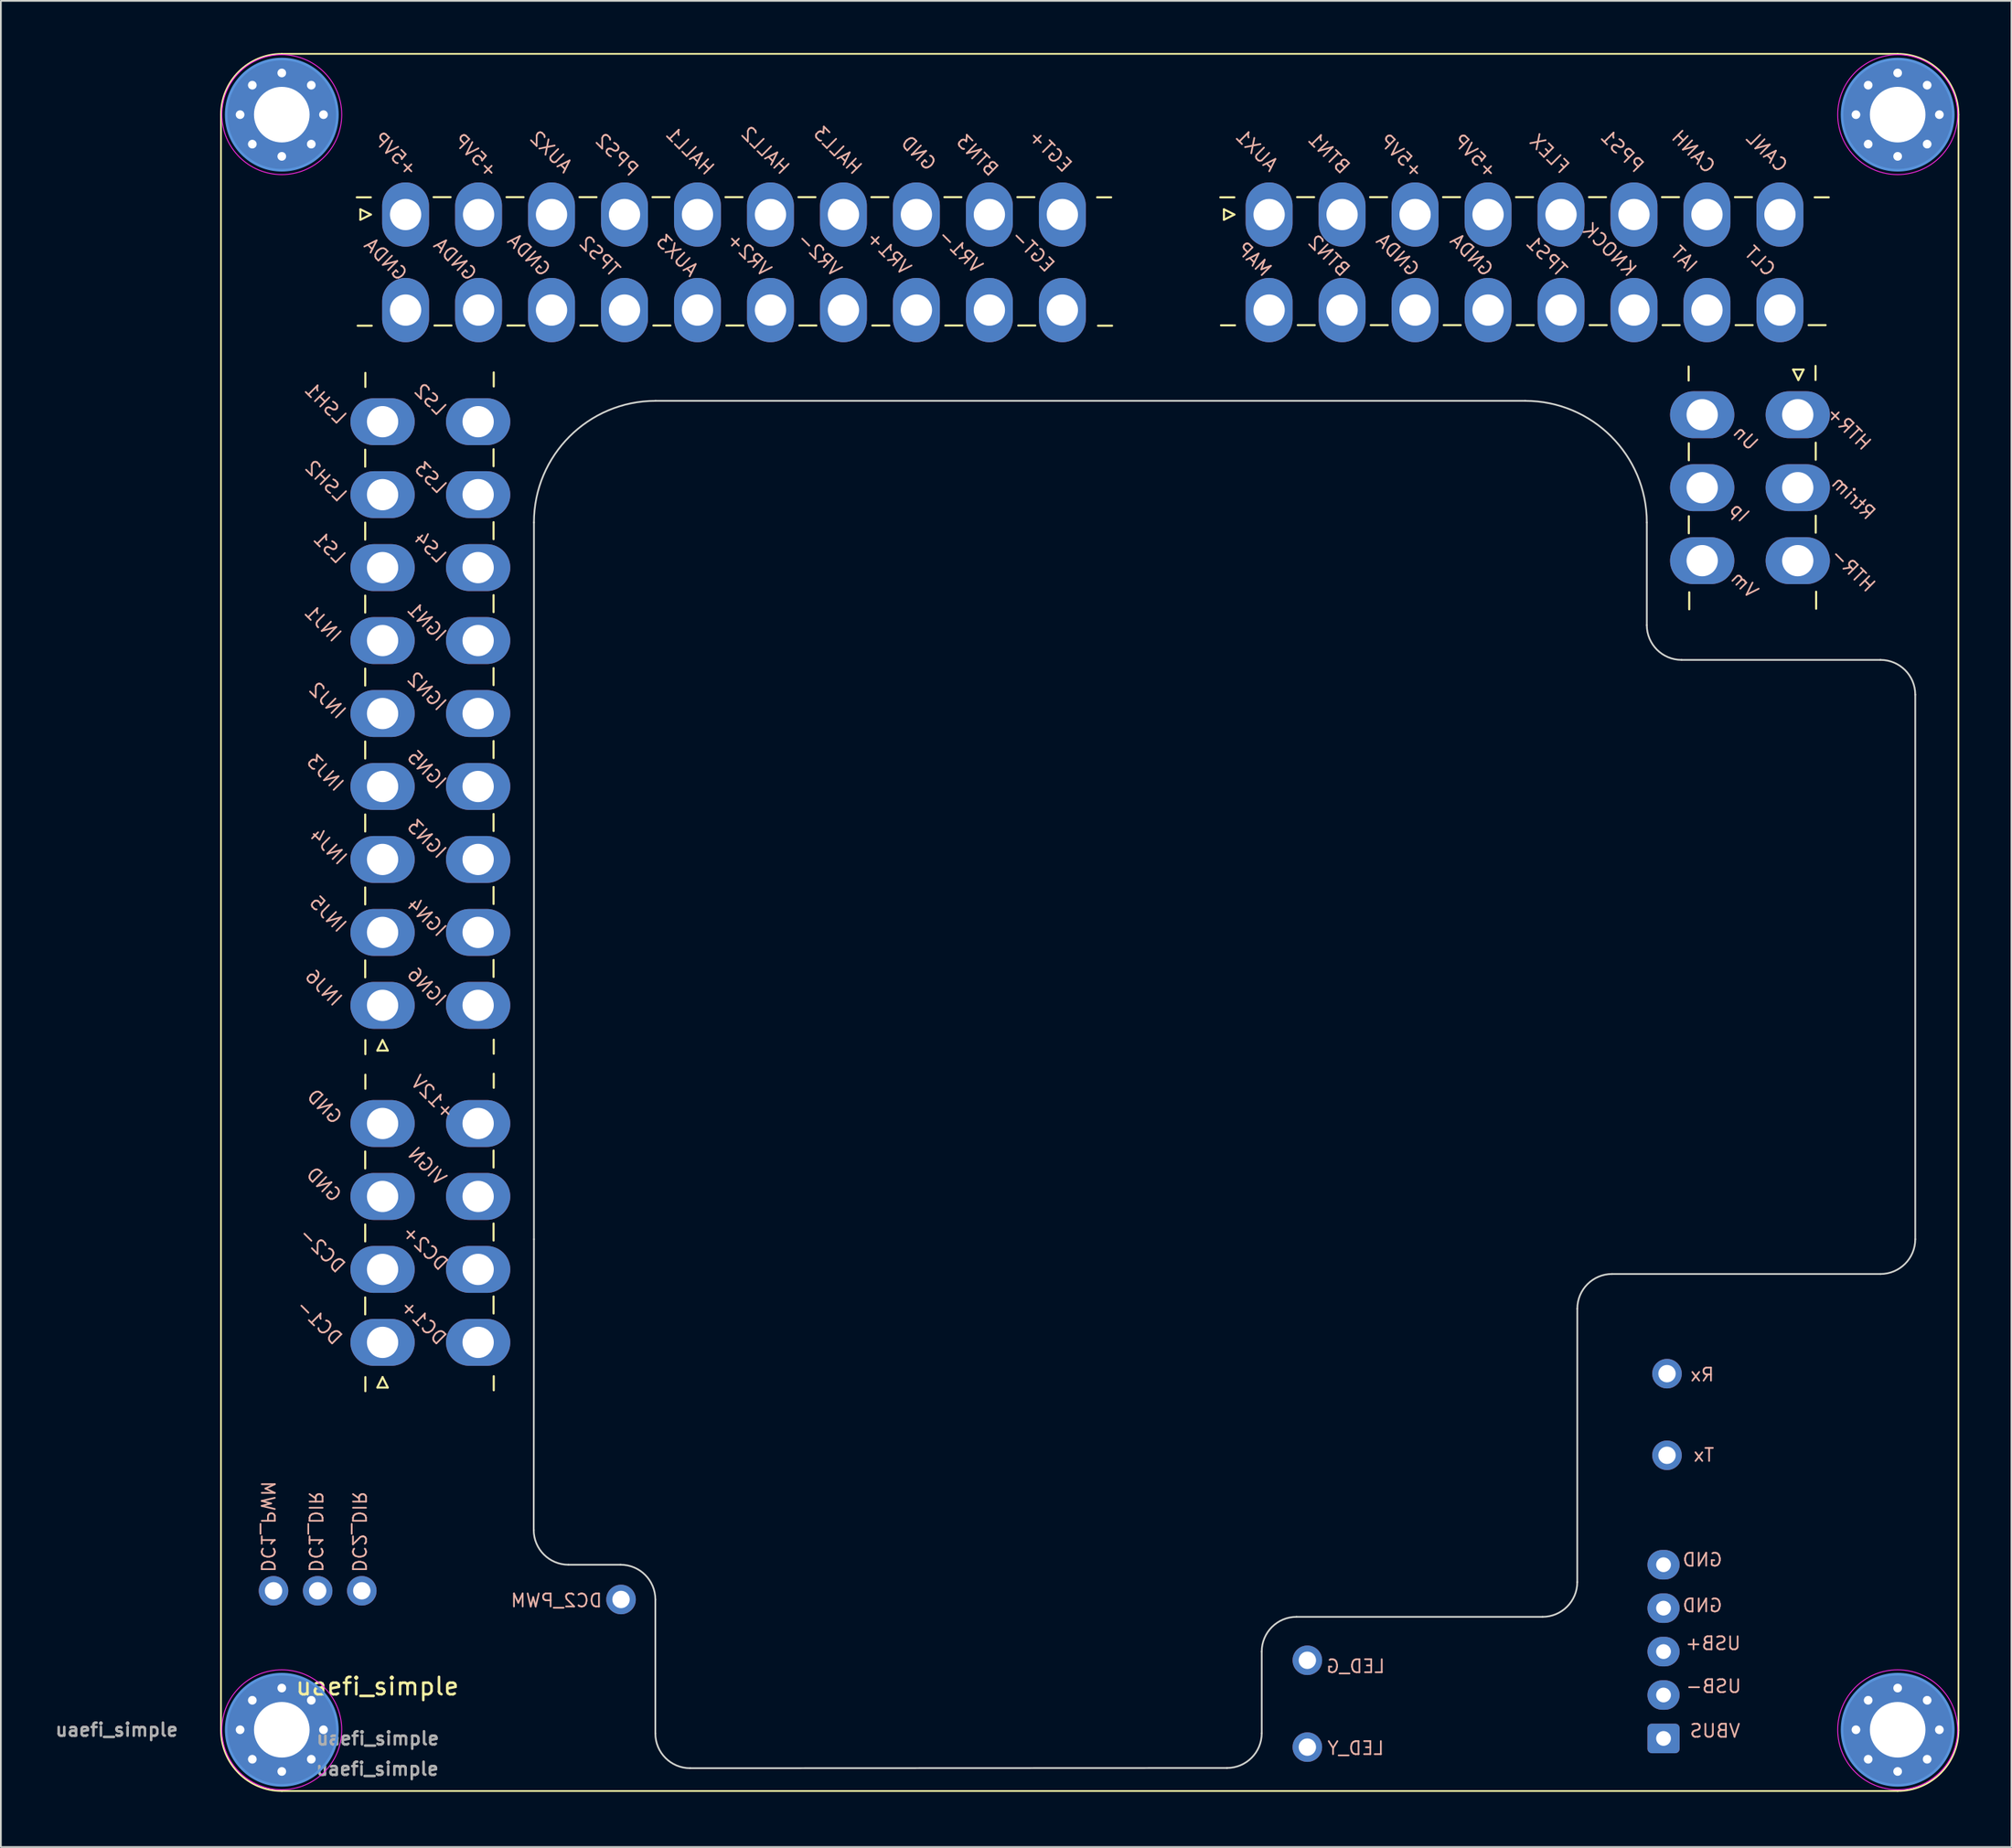
<source format=kicad_pcb>
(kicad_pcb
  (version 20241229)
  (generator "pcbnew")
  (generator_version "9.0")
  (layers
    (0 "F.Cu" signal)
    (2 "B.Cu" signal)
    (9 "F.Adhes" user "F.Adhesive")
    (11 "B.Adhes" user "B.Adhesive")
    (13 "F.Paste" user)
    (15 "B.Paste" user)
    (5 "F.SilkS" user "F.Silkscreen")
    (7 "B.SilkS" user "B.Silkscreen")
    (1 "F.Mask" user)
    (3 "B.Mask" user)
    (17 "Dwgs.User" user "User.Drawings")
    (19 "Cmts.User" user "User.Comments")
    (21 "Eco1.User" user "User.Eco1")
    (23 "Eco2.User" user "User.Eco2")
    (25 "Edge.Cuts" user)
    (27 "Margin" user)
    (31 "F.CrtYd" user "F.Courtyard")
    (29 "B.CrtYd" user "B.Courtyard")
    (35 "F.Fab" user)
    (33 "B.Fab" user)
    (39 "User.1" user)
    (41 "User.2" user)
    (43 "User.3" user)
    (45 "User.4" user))
  (footprint "uaefi_simple"
    (layer "F.Cu")
    (at 9.668 100.025)
    (property "Reference" "uaefi_simple" (at 9 -6 0) (unlocked yes) (layer "F.SilkS") (effects (font (size 1 1) (thickness 0.15))))
    (fp_line (start 0 -96.475) (end 0 -3.475) (stroke (width 0.1) (type solid)) (layer "F.SilkS"))
    (fp_line (start 3.5 0.025) (end 96.5 0.025) (stroke (width 0.1) (type solid)) (layer "F.SilkS"))
    (fp_line (start 8.025 -91.025) (end 8.625 -90.725) (stroke (width 0.12) (type solid)) (layer "F.SilkS"))
    (fp_line (start 8.025 -90.425) (end 8.025 -91.025) (stroke (width 0.12) (type solid)) (layer "F.SilkS"))
    (fp_line (start 8.3 -76.21) (end 8.3 -77.19) (stroke (width 0.12) (type solid)) (layer "F.SilkS"))
    (fp_line (start 8.3 -72.01) (end 8.3 -72.99) (stroke (width 0.12) (type solid)) (layer "F.SilkS"))
    (fp_line (start 8.3 -67.81) (end 8.3 -68.79) (stroke (width 0.12) (type solid)) (layer "F.SilkS"))
    (fp_line (start 8.3 -63.61) (end 8.3 -64.59) (stroke (width 0.12) (type solid)) (layer "F.SilkS"))
    (fp_line (start 8.3 -59.41) (end 8.3 -60.39) (stroke (width 0.12) (type solid)) (layer "F.SilkS"))
    (fp_line (start 8.3 -55.21) (end 8.3 -56.19) (stroke (width 0.12) (type solid)) (layer "F.SilkS"))
    (fp_line (start 8.3 -51.01) (end 8.3 -51.99) (stroke (width 0.12) (type solid)) (layer "F.SilkS"))
    (fp_line (start 8.3 -46.81) (end 8.3 -47.79) (stroke (width 0.12) (type solid)) (layer "F.SilkS"))
    (fp_line (start 8.3 -35.81) (end 8.3 -36.79) (stroke (width 0.12) (type solid)) (layer "F.SilkS"))
    (fp_line (start 8.3 -31.61) (end 8.3 -32.59) (stroke (width 0.12) (type solid)) (layer "F.SilkS"))
    (fp_line (start 8.3 -27.41) (end 8.3 -28.39) (stroke (width 0.12) (type solid)) (layer "F.SilkS"))
    (fp_line (start 8.31 -80.8) (end 8.31 -81.61) (stroke (width 0.12) (type solid)) (layer "F.SilkS"))
    (fp_line (start 8.31 -43.2) (end 8.31 -42.39) (stroke (width 0.12) (type solid)) (layer "F.SilkS"))
    (fp_line (start 8.31 -40.4) (end 8.31 -41.21) (stroke (width 0.12) (type solid)) (layer "F.SilkS"))
    (fp_line (start 8.31 -23.8) (end 8.31 -22.99) (stroke (width 0.12) (type solid)) (layer "F.SilkS"))
    (fp_line (start 8.625 -91.715) (end 7.815 -91.715) (stroke (width 0.12) (type solid)) (layer "F.SilkS"))
    (fp_line (start 8.625 -90.725) (end 8.025 -90.425) (stroke (width 0.12) (type solid)) (layer "F.SilkS"))
    (fp_line (start 8.677 -84.326) (end 7.867 -84.326) (stroke (width 0.12) (type solid)) (layer "F.SilkS"))
    (fp_line (start 9 -42.6) (end 9.3 -43.2) (stroke (width 0.12) (type solid)) (layer "F.SilkS"))
    (fp_line (start 9 -23.2) (end 9.3 -23.8) (stroke (width 0.12) (type solid)) (layer "F.SilkS"))
    (fp_line (start 9.3 -43.2) (end 9.6 -42.6) (stroke (width 0.12) (type solid)) (layer "F.SilkS"))
    (fp_line (start 9.3 -23.8) (end 9.6 -23.2) (stroke (width 0.12) (type solid)) (layer "F.SilkS"))
    (fp_line (start 9.6 -42.6) (end 9 -42.6) (stroke (width 0.12) (type solid)) (layer "F.SilkS"))
    (fp_line (start 9.6 -23.2) (end 9 -23.2) (stroke (width 0.12) (type solid)) (layer "F.SilkS"))
    (fp_line (start 12.235 -91.725) (end 13.215 -91.725) (stroke (width 0.12) (type solid)) (layer "F.SilkS"))
    (fp_line (start 12.287 -84.336) (end 13.267 -84.336) (stroke (width 0.12) (type solid)) (layer "F.SilkS"))
    (fp_line (start 15.689 -35.864) (end 15.689 -36.844) (stroke (width 0.12) (type solid)) (layer "F.SilkS"))
    (fp_line (start 15.689 -31.664) (end 15.689 -32.644) (stroke (width 0.12) (type solid)) (layer "F.SilkS"))
    (fp_line (start 15.689 -27.464) (end 15.689 -28.444) (stroke (width 0.12) (type solid)) (layer "F.SilkS"))
    (fp_line (start 15.689 -76.236) (end 15.689 -77.216) (stroke (width 0.12) (type solid)) (layer "F.SilkS"))
    (fp_line (start 15.689 -72.036) (end 15.689 -73.016) (stroke (width 0.12) (type solid)) (layer "F.SilkS"))
    (fp_line (start 15.689 -67.836) (end 15.689 -68.816) (stroke (width 0.12) (type solid)) (layer "F.SilkS"))
    (fp_line (start 15.689 -63.636) (end 15.689 -64.616) (stroke (width 0.12) (type solid)) (layer "F.SilkS"))
    (fp_line (start 15.689 -59.436) (end 15.689 -60.416) (stroke (width 0.12) (type solid)) (layer "F.SilkS"))
    (fp_line (start 15.689 -55.236) (end 15.689 -56.216) (stroke (width 0.12) (type solid)) (layer "F.SilkS"))
    (fp_line (start 15.689 -51.036) (end 15.689 -52.016) (stroke (width 0.12) (type solid)) (layer "F.SilkS"))
    (fp_line (start 15.689 -46.836) (end 15.689 -47.816) (stroke (width 0.12) (type solid)) (layer "F.SilkS"))
    (fp_line (start 15.699 -40.454) (end 15.699 -41.264) (stroke (width 0.12) (type solid)) (layer "F.SilkS"))
    (fp_line (start 15.699 -23.854) (end 15.699 -23.044) (stroke (width 0.12) (type solid)) (layer "F.SilkS"))
    (fp_line (start 15.699 -80.826) (end 15.699 -81.636) (stroke (width 0.12) (type solid)) (layer "F.SilkS"))
    (fp_line (start 15.699 -43.226) (end 15.699 -42.416) (stroke (width 0.12) (type solid)) (layer "F.SilkS"))
    (fp_line (start 16.435 -91.725) (end 17.415 -91.725) (stroke (width 0.12) (type solid)) (layer "F.SilkS"))
    (fp_line (start 16.487 -84.336) (end 17.467 -84.336) (stroke (width 0.12) (type solid)) (layer "F.SilkS"))
    (fp_line (start 20.635 -91.725) (end 21.615 -91.725) (stroke (width 0.12) (type solid)) (layer "F.SilkS"))
    (fp_line (start 20.687 -84.336) (end 21.667 -84.336) (stroke (width 0.12) (type solid)) (layer "F.SilkS"))
    (fp_line (start 24.835 -91.725) (end 25.815 -91.725) (stroke (width 0.12) (type solid)) (layer "F.SilkS"))
    (fp_line (start 24.887 -84.336) (end 25.867 -84.336) (stroke (width 0.12) (type solid)) (layer "F.SilkS"))
    (fp_line (start 29.035 -91.725) (end 30.015 -91.725) (stroke (width 0.12) (type solid)) (layer "F.SilkS"))
    (fp_line (start 29.087 -84.336) (end 30.067 -84.336) (stroke (width 0.12) (type solid)) (layer "F.SilkS"))
    (fp_line (start 33.235 -91.725) (end 34.215 -91.725) (stroke (width 0.12) (type solid)) (layer "F.SilkS"))
    (fp_line (start 33.287 -84.336) (end 34.267 -84.336) (stroke (width 0.12) (type solid)) (layer "F.SilkS"))
    (fp_line (start 37.435 -91.725) (end 38.415 -91.725) (stroke (width 0.12) (type solid)) (layer "F.SilkS"))
    (fp_line (start 37.487 -84.336) (end 38.467 -84.336) (stroke (width 0.12) (type solid)) (layer "F.SilkS"))
    (fp_line (start 41.635 -91.725) (end 42.615 -91.725) (stroke (width 0.12) (type solid)) (layer "F.SilkS"))
    (fp_line (start 41.687 -84.336) (end 42.667 -84.336) (stroke (width 0.12) (type solid)) (layer "F.SilkS"))
    (fp_line (start 45.835 -91.725) (end 46.815 -91.725) (stroke (width 0.12) (type solid)) (layer "F.SilkS"))
    (fp_line (start 45.887 -84.336) (end 46.867 -84.336) (stroke (width 0.12) (type solid)) (layer "F.SilkS"))
    (fp_line (start 50.425 -91.715) (end 51.235 -91.715) (stroke (width 0.12) (type solid)) (layer "F.SilkS"))
    (fp_line (start 50.477 -84.326) (end 51.287 -84.326) (stroke (width 0.12) (type solid)) (layer "F.SilkS"))
    (fp_line (start 57.725 -91.025) (end 58.325 -90.725) (stroke (width 0.12) (type solid)) (layer "F.SilkS"))
    (fp_line (start 57.725 -90.425) (end 57.725 -91.025) (stroke (width 0.12) (type solid)) (layer "F.SilkS"))
    (fp_line (start 58.325 -91.715) (end 57.515 -91.715) (stroke (width 0.12) (type solid)) (layer "F.SilkS"))
    (fp_line (start 58.325 -90.725) (end 57.725 -90.425) (stroke (width 0.12) (type solid)) (layer "F.SilkS"))
    (fp_line (start 58.364 -84.348) (end 57.554 -84.348) (stroke (width 0.12) (type solid)) (layer "F.SilkS"))
    (fp_line (start 61.935 -91.725) (end 62.915 -91.725) (stroke (width 0.12) (type solid)) (layer "F.SilkS"))
    (fp_line (start 61.974 -84.358) (end 62.954 -84.358) (stroke (width 0.12) (type solid)) (layer "F.SilkS"))
    (fp_line (start 66.135 -91.725) (end 67.115 -91.725) (stroke (width 0.12) (type solid)) (layer "F.SilkS"))
    (fp_line (start 66.174 -84.358) (end 67.154 -84.358) (stroke (width 0.12) (type solid)) (layer "F.SilkS"))
    (fp_line (start 70.335 -91.725) (end 71.315 -91.725) (stroke (width 0.12) (type solid)) (layer "F.SilkS"))
    (fp_line (start 70.374 -84.358) (end 71.354 -84.358) (stroke (width 0.12) (type solid)) (layer "F.SilkS"))
    (fp_line (start 74.535 -91.725) (end 75.515 -91.725) (stroke (width 0.12) (type solid)) (layer "F.SilkS"))
    (fp_line (start 74.574 -84.358) (end 75.554 -84.358) (stroke (width 0.12) (type solid)) (layer "F.SilkS"))
    (fp_line (start 78.735 -91.725) (end 79.715 -91.725) (stroke (width 0.12) (type solid)) (layer "F.SilkS"))
    (fp_line (start 78.774 -84.358) (end 79.754 -84.358) (stroke (width 0.12) (type solid)) (layer "F.SilkS"))
    (fp_line (start 82.935 -91.725) (end 83.915 -91.725) (stroke (width 0.12) (type solid)) (layer "F.SilkS"))
    (fp_line (start 82.974 -84.358) (end 83.954 -84.358) (stroke (width 0.12) (type solid)) (layer "F.SilkS"))
    (fp_line (start 84.47 -81.168) (end 84.47 -81.978) (stroke (width 0.12) (type solid)) (layer "F.SilkS"))
    (fp_line (start 84.48 -77.558) (end 84.48 -76.578) (stroke (width 0.12) (type solid)) (layer "F.SilkS"))
    (fp_line (start 84.48 -73.358) (end 84.48 -72.378) (stroke (width 0.12) (type solid)) (layer "F.SilkS"))
    (fp_line (start 84.504 -68) (end 84.504 -68.98) (stroke (width 0.12) (type solid)) (layer "F.SilkS"))
    (fp_line (start 87.135 -91.725) (end 88.115 -91.725) (stroke (width 0.12) (type solid)) (layer "F.SilkS"))
    (fp_line (start 87.174 -84.358) (end 88.154 -84.358) (stroke (width 0.12) (type solid)) (layer "F.SilkS"))
    (fp_line (start 90.484 -81.8) (end 91.084 -81.8) (stroke (width 0.12) (type solid)) (layer "F.SilkS"))
    (fp_line (start 90.784 -81.2) (end 90.484 -81.8) (stroke (width 0.12) (type solid)) (layer "F.SilkS"))
    (fp_line (start 91.084 -81.8) (end 90.784 -81.2) (stroke (width 0.12) (type solid)) (layer "F.SilkS"))
    (fp_line (start 91.374 -84.358) (end 92.354 -84.358) (stroke (width 0.12) (type solid)) (layer "F.SilkS"))
    (fp_line (start 91.725 -91.715) (end 92.535 -91.715) (stroke (width 0.12) (type solid)) (layer "F.SilkS"))
    (fp_line (start 91.774 -81.2) (end 91.774 -82.01) (stroke (width 0.12) (type solid)) (layer "F.SilkS"))
    (fp_line (start 91.784 -77.59) (end 91.784 -76.61) (stroke (width 0.12) (type solid)) (layer "F.SilkS"))
    (fp_line (start 91.784 -73.39) (end 91.784 -72.41) (stroke (width 0.12) (type solid)) (layer "F.SilkS"))
    (fp_line (start 91.808 -68.032) (end 91.808 -69.012) (stroke (width 0.12) (type solid)) (layer "F.SilkS"))
    (fp_line (start 96.5 -99.975) (end 3.5 -99.975) (stroke (width 0.1) (type solid)) (layer "F.SilkS"))
    (fp_line (start 100 -3.475) (end 100 -96.475) (stroke (width 0.1) (type solid)) (layer "F.SilkS"))
    (fp_arc (start 0 -96.474874) (mid 1.025128 -98.949746) (end 3.5 -99.974874) (stroke (width 0.1) (type solid)) (layer "F.SilkS"))
    (fp_arc (start 3.5 0.025126) (mid 1.025128 -1.000002) (end 0 -3.474874) (stroke (width 0.1) (type solid)) (layer "F.SilkS"))
    (fp_arc (start 96.5 -99.974874) (mid 98.974877 -98.949751) (end 100 -96.474874) (stroke (width 0.1) (type solid)) (layer "F.SilkS"))
    (fp_arc (start 100 -3.474874) (mid 98.97487 -1.000005) (end 96.5 0.025126) (stroke (width 0.1) (type solid)) (layer "F.SilkS"))
    (fp_circle (center 3.5 -96.475) (end 6.7 -96.475) (stroke (width 0.15) (type solid)) (fill no) (layer "Cmts.User"))
    (fp_circle (center 3.5 -3.5) (end 6.7 -3.5) (stroke (width 0.15) (type solid)) (fill no) (layer "Cmts.User"))
    (fp_circle (center 96.5 -96.475) (end 99.7 -96.475) (stroke (width 0.15) (type solid)) (fill no) (layer "Cmts.User"))
    (fp_circle (center 96.5 -3.5) (end 99.7 -3.5) (stroke (width 0.15) (type solid)) (fill no) (layer "Cmts.User"))
    (fp_line (start 18.013 -31.737) (end 18 -15) (stroke (width 0.1) (type default)) (layer "Edge.Cuts"))
    (fp_line (start 18.013 -31.737) (end 18.013 -73) (stroke (width 0.1) (type default)) (layer "Edge.Cuts"))
    (fp_line (start 20 -13) (end 23 -13) (stroke (width 0.1) (type default)) (layer "Edge.Cuts"))
    (fp_line (start 25 -11) (end 25 -3.287) (stroke (width 0.1) (type default)) (layer "Edge.Cuts"))
    (fp_line (start 57.9 -1.3) (end 27 -1.287) (stroke (width 0.1) (type default)) (layer "Edge.Cuts"))
    (fp_line (start 59.9 -3.3) (end 59.9 -8) (stroke (width 0.1) (type default)) (layer "Edge.Cuts"))
    (fp_line (start 61.9 -10) (end 76.06 -10) (stroke (width 0.1) (type default)) (layer "Edge.Cuts"))
    (fp_line (start 75.063 -80) (end 25.013 -80) (stroke (width 0.1) (type default)) (layer "Edge.Cuts"))
    (fp_line (start 78.063 -27.737) (end 78.06 -12) (stroke (width 0.1) (type default)) (layer "Edge.Cuts"))
    (fp_line (start 80.063 -29.737) (end 95.513 -29.737) (stroke (width 0.1) (type default)) (layer "Edge.Cuts"))
    (fp_line (start 82.063 -73) (end 82.063 -67.087) (stroke (width 0.1) (type default)) (layer "Edge.Cuts"))
    (fp_line (start 95.513 -65.087) (end 84.063 -65.087) (stroke (width 0.1) (type default)) (layer "Edge.Cuts"))
    (fp_line (start 97.513 -31.737) (end 97.513 -63.087) (stroke (width 0.1) (type default)) (layer "Edge.Cuts"))
    (fp_arc (start 18.012562 -72.999858) (mid 20.062814 -77.949606) (end 25.012563 -79.999857) (stroke (width 0.1) (type solid)) (layer "Edge.Cuts"))
    (fp_arc (start 20 -13) (mid 18.585784 -13.585784) (end 18 -15) (stroke (width 0.1) (type default)) (layer "Edge.Cuts"))
    (fp_arc (start 23 -13) (mid 24.414216 -12.414216) (end 25 -11) (stroke (width 0.1) (type default)) (layer "Edge.Cuts"))
    (fp_arc (start 27 -1.287437) (mid 25.585783 -1.873222) (end 25 -3.287437) (stroke (width 0.1) (type default)) (layer "Edge.Cuts"))
    (fp_arc (start 59.899911 -8.00008) (mid 60.485719 -9.414272) (end 61.899911 -10.00008) (stroke (width 0.1) (type default)) (layer "Edge.Cuts"))
    (fp_arc (start 59.9 -3.3) (mid 59.314192 -1.885808) (end 57.9 -1.3) (stroke (width 0.1) (type default)) (layer "Edge.Cuts"))
    (fp_arc (start 75.062815 -79.999857) (mid 80.012606 -77.949647) (end 82.062814 -72.999856) (stroke (width 0.1) (type solid)) (layer "Edge.Cuts"))
    (fp_arc (start 78.060074 -11.999926) (mid 77.474266 -10.585734) (end 76.060074 -9.999926) (stroke (width 0.1) (type default)) (layer "Edge.Cuts"))
    (fp_arc (start 78.062811 -27.73718) (mid 78.648619 -29.151383) (end 80.062811 -29.73718) (stroke (width 0.1) (type default)) (layer "Edge.Cuts"))
    (fp_arc (start 84.062814 -65.087437) (mid 82.648592 -65.673201) (end 82.062814 -67.087437) (stroke (width 0.1) (type default)) (layer "Edge.Cuts"))
    (fp_arc (start 95.512563 -65.087437) (mid 96.926766 -64.50164) (end 97.512563 -63.087437) (stroke (width 0.1) (type default)) (layer "Edge.Cuts"))
    (fp_arc (start 97.512563 -31.73718) (mid 96.926801 -30.322937) (end 95.512563 -29.73718) (stroke (width 0.1) (type default)) (layer "Edge.Cuts"))
    (fp_circle (center 3.5 -96.475) (end 6.95 -96.475) (stroke (width 0.05) (type solid)) (fill no) (layer "F.CrtYd"))
    (fp_circle (center 3.5 -3.5) (end 6.95 -3.5) (stroke (width 0.05) (type solid)) (fill no) (layer "F.CrtYd"))
    (fp_circle (center 96.5 -96.475) (end 99.95 -96.475) (stroke (width 0.05) (type solid)) (fill no) (layer "F.CrtYd"))
    (fp_circle (center 96.5 -3.5) (end 99.95 -3.5) (stroke (width 0.05) (type solid)) (fill no) (layer "F.CrtYd"))
    (fp_text user "DC2+" (at 12.596 -29.782 315) (unlocked yes) (layer "B.SilkS") (effects (font (size 0.75 0.75) (thickness 0.1)) (justify left bottom mirror)))
    (fp_text user "AUX2" (at 19.739 -92.968 315) (unlocked yes) (layer "B.SilkS") (effects (font (size 0.75 0.75) (thickness 0.1)) (justify left bottom mirror)))
    (fp_text user "LS1" (at 6.702 -70.467 315) (unlocked yes) (layer "B.SilkS") (effects (font (size 0.75 0.75) (thickness 0.1)) (justify left bottom mirror)))
    (fp_text user "LS3" (at 12.52 -74.5 315) (unlocked yes) (layer "B.SilkS") (effects (font (size 0.75 0.75) (thickness 0.1)) (justify left bottom mirror)))
    (fp_text user "CLT" (at 89 -87 315) (unlocked yes) (layer "B.SilkS") (effects (font (size 0.75 0.75) (thickness 0.1)) (justify left bottom mirror)))
    (fp_text user "DC2_PWM" (at 22 -10.5 0) (unlocked yes) (layer "B.SilkS") (effects (font (size 0.75 0.75) (thickness 0.1)) (justify left bottom mirror)))
    (fp_text user "LS2" (at 12.5 -79 315) (unlocked yes) (layer "B.SilkS") (effects (font (size 0.75 0.75) (thickness 0.1)) (justify left bottom mirror)))
    (fp_text user "GNDA" (at 18.5 -87 315) (unlocked yes) (layer "B.SilkS") (effects (font (size 0.75 0.75) (thickness 0.1)) (justify left bottom mirror)))
    (fp_text user "VR1+" (at 39.243 -87.096 315) (unlocked yes) (layer "B.SilkS") (effects (font (size 0.75 0.75) (thickness 0.1)) (justify left bottom mirror)))
    (fp_text user "GND" (at 6.462 -33.716 315) (unlocked yes) (layer "B.SilkS") (effects (font (size 0.75 0.75) (thickness 0.1)) (justify left bottom mirror)))
    (fp_text user "+5VP" (at 73 -92.66 315) (unlocked yes) (layer "B.SilkS") (effects (font (size 0.75 0.75) (thickness 0.1)) (justify left bottom mirror)))
    (fp_text user "AUX3" (at 27 -87 315) (unlocked yes) (layer "B.SilkS") (effects (font (size 0.75 0.75) (thickness 0.1)) (justify left bottom mirror)))
    (fp_text user "GNDA" (at 72.75 -87 315) (unlocked yes) (layer "B.SilkS") (effects (font (size 0.75 0.75) (thickness 0.1)) (justify left bottom mirror)))
    (fp_text user "INJ2" (at 6.718 -61.534 315) (unlocked yes) (layer "B.SilkS") (effects (font (size 0.75 0.75) (thickness 0.1)) (justify left bottom mirror)))
    (fp_text user "+12V" (at 13 -38.5 315) (unlocked yes) (layer "B.SilkS") (effects (font (size 0.75 0.75) (thickness 0.1)) (justify left bottom mirror)))
    (fp_text user "HALL3" (at 36.417 -92.872 315) (unlocked yes) (layer "B.SilkS") (effects (font (size 0.75 0.75) (thickness 0.1)) (justify left bottom mirror)))
    (fp_text user "DC2_DIR" (at 7.5 -12.5 270) (unlocked yes) (layer "B.SilkS") (effects (font (size 0.75 0.75) (thickness 0.1)) (justify left bottom mirror)))
    (fp_text user "FLEX" (at 77.127 -92.922 315) (unlocked yes) (layer "B.SilkS") (effects (font (size 0.75 0.75) (thickness 0.1)) (justify left bottom mirror)))
    (fp_text user "EGT+" (at 48.5 -93 315) (unlocked yes) (layer "B.SilkS") (effects (font (size 0.75 0.75) (thickness 0.1)) (justify left bottom mirror)))
    (fp_text user "VBUS" (at 87.5 -3 0) (unlocked yes) (layer "B.SilkS") (effects (font (size 0.75 0.75) (thickness 0.1)) (justify left bottom mirror)))
    (fp_text user "+5VP" (at 68.75 -92.66 315) (unlocked yes) (layer "B.SilkS") (effects (font (size 0.75 0.75) (thickness 0.1)) (justify left bottom mirror)))
    (fp_text user "DC2-" (at 6.673 -29.643 315) (unlocked yes) (layer "B.SilkS") (effects (font (size 0.75 0.75) (thickness 0.1)) (justify left bottom mirror)))
    (fp_text user "GNDA" (at 68.5 -87 315) (unlocked yes) (layer "B.SilkS") (effects (font (size 0.75 0.75) (thickness 0.1)) (justify left bottom mirror)))
    (fp_text user "IAT" (at 84.5 -87.25 315) (unlocked yes) (layer "B.SilkS") (effects (font (size 0.75 0.75) (thickness 0.1)) (justify left bottom mirror)))
    (fp_text user "HALL1" (at 27.917 -92.84 315) (unlocked yes) (layer "B.SilkS") (effects (font (size 0.75 0.75) (thickness 0.1)) (justify left bottom mirror)))
    (fp_text user "TPS2" (at 22.5 -87 315) (unlocked yes) (layer "B.SilkS") (effects (font (size 0.75 0.75) (thickness 0.1)) (justify left bottom mirror)))
    (fp_text user "HTR+" (at 94.5 -77 315) (unlocked yes) (layer "B.SilkS") (effects (font (size 0.75 0.75) (thickness 0.1)) (justify left bottom mirror)))
    (fp_text user "GND" (at 6.5 -38.2 315) (unlocked yes) (layer "B.SilkS") (effects (font (size 0.75 0.75) (thickness 0.1)) (justify left bottom mirror)))
    (fp_text user "LED_Y" (at 67 -2 0) (unlocked yes) (layer "B.SilkS") (effects (font (size 0.75 0.75) (thickness 0.1)) (justify left bottom mirror)))
    (fp_text user "IGN4" (at 12.5 -49 315) (unlocked yes) (layer "B.SilkS") (effects (font (size 0.75 0.75) (thickness 0.1)) (justify left bottom mirror)))
    (fp_text user "LED_G" (at 67.052 -6.715 0) (unlocked yes) (layer "B.SilkS") (effects (font (size 0.75 0.75) (thickness 0.1)) (justify left bottom mirror)))
    (fp_text user "Rtrim" (at 94.75 -73 315) (unlocked yes) (layer "B.SilkS") (effects (font (size 0.75 0.75) (thickness 0.1)) (justify left bottom mirror)))
    (fp_text user "VIGN" (at 12.5 -34.7 315) (unlocked yes) (layer "B.SilkS") (effects (font (size 0.75 0.75) (thickness 0.1)) (justify left bottom mirror)))
    (fp_text user "DC1-" (at 6.5 -25.5 315) (unlocked yes) (layer "B.SilkS") (effects (font (size 0.75 0.75) (thickness 0.1)) (justify left bottom mirror)))
    (fp_text user "Rx" (at 86 -23.5 0) (unlocked yes) (layer "B.SilkS") (effects (font (size 0.75 0.75) (thickness 0.1)) (justify left bottom mirror)))
    (fp_text user "GNDA" (at 10.25 -86.75 315) (unlocked yes) (layer "B.SilkS") (effects (font (size 0.75 0.75) (thickness 0.1)) (justify left bottom mirror)))
    (fp_text user "TPS1" (at 77 -87 315) (unlocked yes) (layer "B.SilkS") (effects (font (size 0.75 0.75) (thickness 0.1)) (justify left bottom mirror)))
    (fp_text user "HALL2" (at 32.247 -92.872 315) (unlocked yes) (layer "B.SilkS") (effects (font (size 0.75 0.75) (thickness 0.1)) (justify left bottom mirror)))
    (fp_text user "Vm" (at 88 -68.49 315) (unlocked yes) (layer "B.SilkS") (effects (font (size 0.75 0.75) (thickness 0.1)) (justify left bottom mirror)))
    (fp_text user "IGN2" (at 12.5 -62 315) (unlocked yes) (layer "B.SilkS") (effects (font (size 0.75 0.75) (thickness 0.1)) (justify left bottom mirror)))
    (fp_text user "GND" (at 86.474 -10.216 0) (unlocked yes) (layer "B.SilkS") (effects (font (size 0.75 0.75) (thickness 0.1)) (justify left bottom mirror)))
    (fp_text user "GND" (at 86.474 -12.846 0) (unlocked yes) (layer "B.SilkS") (effects (font (size 0.75 0.75) (thickness 0.1)) (justify left bottom mirror)))
    (fp_text user "BTN1" (at 64.5 -92.91 315) (unlocked yes) (layer "B.SilkS") (effects (font (size 0.75 0.75) (thickness 0.1)) (justify left bottom mirror)))
    (fp_text user "INJ1" (at 6.461 -65.96 315) (unlocked yes) (layer "B.SilkS") (effects (font (size 0.75 0.75) (thickness 0.1)) (justify left bottom mirror)))
    (fp_text user "PPS2" (at 23.561 -92.769 315) (unlocked yes) (layer "B.SilkS") (effects (font (size 0.75 0.75) (thickness 0.1)) (justify left bottom mirror)))
    (fp_text user "DC1_DIR" (at 5 -12.5 270) (unlocked yes) (layer "B.SilkS") (effects (font (size 0.75 0.75) (thickness 0.1)) (justify left bottom mirror)))
    (fp_text user "LSH2" (at 6.77 -74.027 315) (unlocked yes) (layer "B.SilkS") (effects (font (size 0.75 0.75) (thickness 0.1)) (justify left bottom mirror)))
    (fp_text user "INJ5" (at 6.75 -49.25 315) (unlocked yes) (layer "B.SilkS") (effects (font (size 0.75 0.75) (thickness 0.1)) (justify left bottom mirror)))
    (fp_text user "USB+" (at 87.532 -8.035 0) (unlocked yes) (layer "B.SilkS") (effects (font (size 0.75 0.75) (thickness 0.1)) (justify left bottom mirror)))
    (fp_text user "CANL" (at 89.7 -93 315) (unlocked yes) (layer "B.SilkS") (effects (font (size 0.75 0.75) (thickness 0.1)) (justify left bottom mirror)))
    (fp_text user "IGN5" (at 12.5 -57.5 315) (unlocked yes) (layer "B.SilkS") (effects (font (size 0.75 0.75) (thickness 0.1)) (justify left bottom mirror)))
    (fp_text user "VR1-" (at 43.363 -87.202 315) (unlocked yes) (layer "B.SilkS") (effects (font (size 0.75 0.75) (thickness 0.1)) (justify left bottom mirror)))
    (fp_text user "Un" (at 88 -77 315) (unlocked yes) (layer "B.SilkS") (effects (font (size 0.75 0.75) (thickness 0.1)) (justify left bottom mirror)))
    (fp_text user "EGT-" (at 47.5 -87.25 315) (unlocked yes) (layer "B.SilkS") (effects (font (size 0.75 0.75) (thickness 0.1)) (justify left bottom mirror)))
    (fp_text user "KNOCK" (at 81 -87 315) (unlocked yes) (layer "B.SilkS") (effects (font (size 0.75 0.75) (thickness 0.1)) (justify left bottom mirror)))
    (fp_text user "INJ6" (at 6.5 -45 315) (unlocked yes) (layer "B.SilkS") (effects (font (size 0.75 0.75) (thickness 0.1)) (justify left bottom mirror)))
    (fp_text user "IGN1" (at 12.5 -66 315) (unlocked yes) (layer "B.SilkS") (effects (font (size 0.75 0.75) (thickness 0.1)) (justify left bottom mirror)))
    (fp_text user "+5VP" (at 10.861 -92.769 315) (unlocked yes) (layer "B.SilkS") (effects (font (size 0.75 0.75) (thickness 0.1)) (justify left bottom mirror)))
    (fp_text user "USB-" (at 87.564 -5.566 0) (unlocked yes) (layer "B.SilkS") (effects (font (size 0.75 0.75) (thickness 0.1)) (justify left bottom mirror)))
    (fp_text user "DC1+" (at 12.5 -25.5 315) (unlocked yes) (layer "B.SilkS") (effects (font (size 0.75 0.75) (thickness 0.1)) (justify left bottom mirror)))
    (fp_text user "LS4" (at 12.5 -70.5 315) (unlocked yes) (layer "B.SilkS") (effects (font (size 0.75 0.75) (thickness 0.1)) (justify left bottom mirror)))
    (fp_text user "IGN3" (at 12.5 -53.5 315) (unlocked yes) (layer "B.SilkS") (effects (font (size 0.75 0.75) (thickness 0.1)) (justify left bottom mirror)))
    (fp_text user "INJ4" (at 6.782 -53.131 315) (unlocked yes) (layer "B.SilkS") (effects (font (size 0.75 0.75) (thickness 0.1)) (justify left bottom mirror)))
    (fp_text user "BTN3" (at 44.266 -92.775 315) (unlocked yes) (layer "B.SilkS") (effects (font (size 0.75 0.75) (thickness 0.1)) (justify left bottom mirror)))
    (fp_text user "+5VP" (at 15.48 -92.683 315) (unlocked yes) (layer "B.SilkS") (effects (font (size 0.75 0.75) (thickness 0.1)) (justify left bottom mirror)))
    (fp_text user "IGN6" (at 12.5 -45 315) (unlocked yes) (layer "B.SilkS") (effects (font (size 0.75 0.75) (thickness 0.1)) (justify left bottom mirror)))
    (fp_text user "GNDA" (at 14.25 -86.75 315) (unlocked yes) (layer "B.SilkS") (effects (font (size 0.75 0.75) (thickness 0.1)) (justify left bottom mirror)))
    (fp_text user "BTN2" (at 64.5 -87 315) (unlocked yes) (layer "B.SilkS") (effects (font (size 0.75 0.75) (thickness 0.1)) (justify left bottom mirror)))
    (fp_text user "CANH" (at 85.531 -92.935 315) (unlocked yes) (layer "B.SilkS") (effects (font (size 0.75 0.75) (thickness 0.1)) (justify left bottom mirror)))
    (fp_text user "MAP" (at 60 -87 315) (unlocked yes) (layer "B.SilkS") (effects (font (size 0.75 0.75) (thickness 0.1)) (justify left bottom mirror)))
    (fp_text user "PPS1" (at 81.417 -92.979 315) (unlocked yes) (layer "B.SilkS") (effects (font (size 0.75 0.75) (thickness 0.1)) (justify left bottom mirror)))
    (fp_text user "INJ3" (at 6.59 -57.365 315) (unlocked yes) (layer "B.SilkS") (effects (font (size 0.75 0.75) (thickness 0.1)) (justify left bottom mirror)))
    (fp_text user "HTR-" (at 94.743 -68.834 315) (unlocked yes) (layer "B.SilkS") (effects (font (size 0.75 0.75) (thickness 0.1)) (justify left bottom mirror)))
    (fp_text user "Tx" (at 86 -18.877 0) (unlocked yes) (layer "B.SilkS") (effects (font (size 0.75 0.75) (thickness 0.1)) (justify left bottom mirror)))
    (fp_text user "LSH1" (at 6.75 -78.5 315) (unlocked yes) (layer "B.SilkS") (effects (font (size 0.75 0.75) (thickness 0.1)) (justify left bottom mirror)))
    (fp_text user "VR2-" (at 35.25 -87 315) (unlocked yes) (layer "B.SilkS") (effects (font (size 0.75 0.75) (thickness 0.1)) (justify left bottom mirror)))
    (fp_text user "GND" (at 40.688 -93.09 315) (unlocked yes) (layer "B.SilkS") (effects (font (size 0.75 0.75) (thickness 0.1)) (justify left bottom mirror)))
    (fp_text user "AUX1" (at 60.359 -93.05 315) (unlocked yes) (layer "B.SilkS") (effects (font (size 0.75 0.75) (thickness 0.1)) (justify left bottom mirror)))
    (fp_text user "Ip" (at 87.5 -72.868 315) (unlocked yes) (layer "B.SilkS") (effects (font (size 0.75 0.75) (thickness 0.1)) (justify left bottom mirror)))
    (fp_text user "DC1_PWM" (at 2.25 -12.5 270) (unlocked yes) (layer "B.SilkS") (effects (font (size 0.75 0.75) (thickness 0.1)) (justify left bottom mirror)))
    (fp_text user "VR2+" (at 31.2 -87 315) (unlocked yes) (layer "B.SilkS") (effects (font (size 0.75 0.75) (thickness 0.1)) (justify left bottom mirror)))
    (fp_text user "${REFERENCE}" (at -6 -3.5 0) (layer "F.Fab") (effects (font (size 0.75 0.75) (thickness 0.15))))
    (fp_text user "${REFERENCE}" (at 9 -1.25 180) (layer "F.Fab") (effects (font (size 0.75 0.75) (thickness 0.15))))
    (fp_text user "${REFERENCE}" (at 9.025 -3 0) (unlocked yes) (layer "F.Fab") (effects (font (size 0.75 0.75) (thickness 0.15))))
    (pad "1" thru_hole circle (at 1.1 -96.475) (size 0.8 0.8) (drill 0.5) (layers "*.Cu" "*.Mask"))
    (pad "1" thru_hole circle (at 1.1 -3.5) (size 0.8 0.8) (drill 0.5) (layers "*.Cu" "*.Mask"))
    (pad "1" thru_hole circle (at 1.803 -98.172) (size 0.8 0.8) (drill 0.5) (layers "*.Cu" "*.Mask"))
    (pad "1" thru_hole circle (at 1.803 -94.778) (size 0.8 0.8) (drill 0.5) (layers "*.Cu" "*.Mask"))
    (pad "1" thru_hole circle (at 1.803 -5.197) (size 0.8 0.8) (drill 0.5) (layers "*.Cu" "*.Mask"))
    (pad "1" thru_hole circle (at 1.803 -1.803) (size 0.8 0.8) (drill 0.5) (layers "*.Cu" "*.Mask"))
    (pad "1" thru_hole circle (at 3.5 -98.875) (size 0.8 0.8) (drill 0.5) (layers "*.Cu" "*.Mask"))
    (pad "1" thru_hole circle (at 3.5 -94.075) (size 0.8 0.8) (drill 0.5) (layers "*.Cu" "*.Mask"))
    (pad "1" thru_hole circle (at 3.5 -5.9) (size 0.8 0.8) (drill 0.5) (layers "*.Cu" "*.Mask"))
    (pad "1" thru_hole circle (at 3.5 -1.1) (size 0.8 0.8) (drill 0.5) (layers "*.Cu" "*.Mask"))
    (pad "1" thru_hole circle (at 5.197 -98.172) (size 0.8 0.8) (drill 0.5) (layers "*.Cu" "*.Mask"))
    (pad "1" thru_hole circle (at 5.197 -94.778) (size 0.8 0.8) (drill 0.5) (layers "*.Cu" "*.Mask"))
    (pad "1" thru_hole circle (at 5.197 -5.197) (size 0.8 0.8) (drill 0.5) (layers "*.Cu" "*.Mask"))
    (pad "1" thru_hole circle (at 5.197 -1.803) (size 0.8 0.8) (drill 0.5) (layers "*.Cu" "*.Mask"))
    (pad "1" thru_hole circle (at 5.9 -96.475) (size 0.8 0.8) (drill 0.5) (layers "*.Cu" "*.Mask"))
    (pad "1" thru_hole circle (at 5.9 -3.5) (size 0.8 0.8) (drill 0.5) (layers "*.Cu" "*.Mask"))
    (pad "1" thru_hole circle (at 94.1 -96.475) (size 0.8 0.8) (drill 0.5) (layers "*.Cu" "*.Mask"))
    (pad "1" thru_hole circle (at 94.1 -3.5) (size 0.8 0.8) (drill 0.5) (layers "*.Cu" "*.Mask"))
    (pad "1" thru_hole circle (at 94.803 -98.172) (size 0.8 0.8) (drill 0.5) (layers "*.Cu" "*.Mask"))
    (pad "1" thru_hole circle (at 94.803 -94.778) (size 0.8 0.8) (drill 0.5) (layers "*.Cu" "*.Mask"))
    (pad "1" thru_hole circle (at 94.803 -1.803) (size 0.8 0.8) (drill 0.5) (layers "*.Cu" "*.Mask"))
    (pad "1" thru_hole circle (at 96.5 -98.875) (size 0.8 0.8) (drill 0.5) (layers "*.Cu" "*.Mask"))
    (pad "1" thru_hole circle (at 96.5 -94.075) (size 0.8 0.8) (drill 0.5) (layers "*.Cu" "*.Mask"))
    (pad "1" thru_hole circle (at 96.5 -5.9) (size 0.8 0.8) (drill 0.5) (layers "*.Cu" "*.Mask"))
    (pad "1" thru_hole circle (at 96.5 -1.1) (size 0.8 0.8) (drill 0.5) (layers "*.Cu" "*.Mask"))
    (pad "1" thru_hole circle (at 98.197 -98.172) (size 0.8 0.8) (drill 0.5) (layers "*.Cu" "*.Mask"))
    (pad "1" thru_hole circle (at 98.197 -94.778) (size 0.8 0.8) (drill 0.5) (layers "*.Cu" "*.Mask"))
    (pad "1" thru_hole circle (at 98.197 -5.197) (size 0.8 0.8) (drill 0.5) (layers "*.Cu" "*.Mask"))
    (pad "1" thru_hole circle (at 98.197 -1.803) (size 0.8 0.8) (drill 0.5) (layers "*.Cu" "*.Mask"))
    (pad "1" thru_hole circle (at 98.9 -96.475) (size 0.8 0.8) (drill 0.5) (layers "*.Cu" "*.Mask"))
    (pad "1" thru_hole circle (at 98.9 -3.5) (size 0.8 0.8) (drill 0.5) (layers "*.Cu" "*.Mask"))
    (pad "A1" thru_hole oval (at 9.3 -25.8 90) (size 2.7 3.7) (drill 1.8) (layers "*.Cu" "*.Mask"))
    (pad "A2" thru_hole oval (at 9.3 -30 90) (size 2.7 3.7) (drill 1.8) (layers "*.Cu" "*.Mask"))
    (pad "A3" thru_hole oval (at 9.3 -34.2 90) (size 2.7 3.7) (drill 1.8) (layers "*.Cu" "*.Mask"))
    (pad "A4" thru_hole oval (at 9.3 -38.4 90) (size 2.7 3.7) (drill 1.8) (layers "*.Cu" "*.Mask"))
    (pad "A5" thru_hole oval (at 14.8 -25.8 90) (size 2.7 3.7) (drill 1.8) (layers "*.Cu" "*.Mask"))
    (pad "A6" thru_hole oval (at 14.8 -30 90) (size 2.7 3.7) (drill 1.8) (layers "*.Cu" "*.Mask"))
    (pad "A7" thru_hole oval (at 14.8 -34.2 90) (size 2.7 3.7) (drill 1.8) (layers "*.Cu" "*.Mask"))
    (pad "A8" thru_hole oval (at 14.8 -38.4 90) (size 2.7 3.7) (drill 1.8) (layers "*.Cu" "*.Mask"))
    (pad "B1" thru_hole oval (at 9.3 -45.2 90) (size 2.7 3.7) (drill 1.8) (layers "*.Cu" "*.Mask"))
    (pad "B2" thru_hole oval (at 9.3 -49.4 90) (size 2.7 3.7) (drill 1.8) (layers "*.Cu" "*.Mask"))
    (pad "B3" thru_hole oval (at 9.3 -53.6 90) (size 2.7 3.7) (drill 1.8) (layers "*.Cu" "*.Mask"))
    (pad "B4" thru_hole oval (at 9.3 -57.8 90) (size 2.7 3.7) (drill 1.8) (layers "*.Cu" "*.Mask"))
    (pad "B5" thru_hole oval (at 9.3 -62 90) (size 2.7 3.7) (drill 1.8) (layers "*.Cu" "*.Mask"))
    (pad "B6" thru_hole oval (at 9.3 -66.2 90) (size 2.7 3.7) (drill 1.8) (layers "*.Cu" "*.Mask"))
    (pad "B7" thru_hole oval (at 9.3 -70.4 90) (size 2.7 3.7) (drill 1.8) (layers "*.Cu" "*.Mask"))
    (pad "B8" thru_hole oval (at 9.3 -74.6 90) (size 2.7 3.7) (drill 1.8) (layers "*.Cu" "*.Mask"))
    (pad "B9" thru_hole oval (at 9.3 -78.8 90) (size 2.7 3.7) (drill 1.8) (layers "*.Cu" "*.Mask"))
    (pad "B10" thru_hole oval (at 14.8 -45.2 90) (size 2.7 3.7) (drill 1.8) (layers "*.Cu" "*.Mask"))
    (pad "B11" thru_hole oval (at 14.8 -49.4 90) (size 2.7 3.7) (drill 1.8) (layers "*.Cu" "*.Mask"))
    (pad "B12" thru_hole oval (at 14.8 -53.6 90) (size 2.7 3.7) (drill 1.8) (layers "*.Cu" "*.Mask"))
    (pad "B13" thru_hole oval (at 14.8 -57.8 90) (size 2.7 3.7) (drill 1.8) (layers "*.Cu" "*.Mask"))
    (pad "B14" thru_hole oval (at 14.8 -62 90) (size 2.7 3.7) (drill 1.8) (layers "*.Cu" "*.Mask"))
    (pad "B15" thru_hole oval (at 14.8 -66.2 90) (size 2.7 3.7) (drill 1.8) (layers "*.Cu" "*.Mask"))
    (pad "B16" thru_hole oval (at 14.8 -70.4 90) (size 2.7 3.7) (drill 1.8) (layers "*.Cu" "*.Mask"))
    (pad "B17" thru_hole oval (at 14.8 -74.6 90) (size 2.7 3.7) (drill 1.8) (layers "*.Cu" "*.Mask"))
    (pad "B18" thru_hole oval (at 14.8 -78.8 90) (size 2.7 3.7) (drill 1.8) (layers "*.Cu" "*.Mask"))
    (pad "C1" thru_hole oval (at 10.625 -90.725) (size 2.7 3.7) (drill 1.8) (layers "*.Cu" "*.Mask"))
    (pad "C2" thru_hole oval (at 14.825 -90.725) (size 2.7 3.7) (drill 1.8) (layers "*.Cu" "*.Mask"))
    (pad "C3" thru_hole oval (at 19.025 -90.725) (size 2.7 3.7) (drill 1.8) (layers "*.Cu" "*.Mask"))
    (pad "C4" thru_hole oval (at 23.225 -90.725) (size 2.7 3.7) (drill 1.8) (layers "*.Cu" "*.Mask"))
    (pad "C5" thru_hole oval (at 27.425 -90.725) (size 2.7 3.7) (drill 1.8) (layers "*.Cu" "*.Mask"))
    (pad "C6" thru_hole oval (at 31.625 -90.725) (size 2.7 3.7) (drill 1.8) (layers "*.Cu" "*.Mask"))
    (pad "C7" thru_hole oval (at 35.825 -90.725) (size 2.7 3.7) (drill 1.8) (layers "*.Cu" "*.Mask"))
    (pad "C8" thru_hole oval (at 40.025 -90.725) (size 2.7 3.7) (drill 1.8) (layers "*.Cu" "*.Mask"))
    (pad "C9" thru_hole oval (at 44.225 -90.725) (size 2.7 3.7) (drill 1.8) (layers "*.Cu" "*.Mask"))
    (pad "C10" thru_hole oval (at 48.425 -90.725) (size 2.7 3.7) (drill 1.8) (layers "*.Cu" "*.Mask"))
    (pad "C11" thru_hole oval (at 10.625 -85.225) (size 2.7 3.7) (drill 1.8) (layers "*.Cu" "*.Mask"))
    (pad "C12" thru_hole oval (at 14.825 -85.225) (size 2.7 3.7) (drill 1.8) (layers "*.Cu" "*.Mask"))
    (pad "C13" thru_hole oval (at 19.025 -85.225) (size 2.7 3.7) (drill 1.8) (layers "*.Cu" "*.Mask"))
    (pad "C14" thru_hole oval (at 23.225 -85.225) (size 2.7 3.7) (drill 1.8) (layers "*.Cu" "*.Mask"))
    (pad "C15" thru_hole oval (at 27.425 -85.225) (size 2.7 3.7) (drill 1.8) (layers "*.Cu" "*.Mask"))
    (pad "C16" thru_hole oval (at 31.625 -85.225) (size 2.7 3.7) (drill 1.8) (layers "*.Cu" "*.Mask"))
    (pad "C17" thru_hole oval (at 35.825 -85.225) (size 2.7 3.7) (drill 1.8) (layers "*.Cu" "*.Mask"))
    (pad "C18" thru_hole oval (at 40.025 -85.225) (size 2.7 3.7) (drill 1.8) (layers "*.Cu" "*.Mask"))
    (pad "C19" thru_hole oval (at 44.225 -85.225) (size 2.7 3.7) (drill 1.8) (layers "*.Cu" "*.Mask"))
    (pad "C20" thru_hole oval (at 48.425 -85.225) (size 2.7 3.7) (drill 1.8) (layers "*.Cu" "*.Mask"))
    (pad "D1" thru_hole oval (at 60.325 -90.725) (size 2.7 3.7) (drill 1.8) (layers "*.Cu" "*.Mask"))
    (pad "D2" thru_hole oval (at 64.525 -90.725) (size 2.7 3.7) (drill 1.8) (layers "*.Cu" "*.Mask"))
    (pad "D3" thru_hole oval (at 68.725 -90.725) (size 2.7 3.7) (drill 1.8) (layers "*.Cu" "*.Mask"))
    (pad "D4" thru_hole oval (at 72.925 -90.725) (size 2.7 3.7) (drill 1.8) (layers "*.Cu" "*.Mask"))
    (pad "D5" thru_hole oval (at 77.125 -90.725) (size 2.7 3.7) (drill 1.8) (layers "*.Cu" "*.Mask"))
    (pad "D6" thru_hole oval (at 81.325 -90.725) (size 2.7 3.7) (drill 1.8) (layers "*.Cu" "*.Mask"))
    (pad "D7" thru_hole oval (at 85.525 -90.725) (size 2.7 3.7) (drill 1.8) (layers "*.Cu" "*.Mask"))
    (pad "D8" thru_hole oval (at 89.725 -90.725) (size 2.7 3.7) (drill 1.8) (layers "*.Cu" "*.Mask"))
    (pad "D9" thru_hole oval (at 60.325 -85.225) (size 2.7 3.7) (drill 1.8) (layers "*.Cu" "*.Mask"))
    (pad "D10" thru_hole oval (at 64.525 -85.225) (size 2.7 3.7) (drill 1.8) (layers "*.Cu" "*.Mask"))
    (pad "D11" thru_hole oval (at 68.725 -85.225) (size 2.7 3.7) (drill 1.8) (layers "*.Cu" "*.Mask"))
    (pad "D12" thru_hole oval (at 72.925 -85.225) (size 2.7 3.7) (drill 1.8) (layers "*.Cu" "*.Mask"))
    (pad "D13" thru_hole oval (at 77.125 -85.225) (size 2.7 3.7) (drill 1.8) (layers "*.Cu" "*.Mask"))
    (pad "D14" thru_hole oval (at 81.325 -85.225) (size 2.7 3.7) (drill 1.8) (layers "*.Cu" "*.Mask"))
    (pad "D15" thru_hole oval (at 85.525 -85.225) (size 2.7 3.7) (drill 1.8) (layers "*.Cu" "*.Mask"))
    (pad "D16" thru_hole oval (at 89.725 -85.225) (size 2.7 3.7) (drill 1.8) (layers "*.Cu" "*.Mask"))
    (pad "E1" thru_hole oval (at 90.75 -79.2 90) (size 2.7 3.7) (drill 1.8) (layers "*.Cu" "*.Mask"))
    (pad "E2" thru_hole oval (at 90.75 -75 90) (size 2.7 3.7) (drill 1.8) (layers "*.Cu" "*.Mask"))
    (pad "E3" thru_hole oval (at 90.75 -70.8 90) (size 2.7 3.7) (drill 1.8) (layers "*.Cu" "*.Mask"))
    (pad "E4" thru_hole oval (at 85.25 -79.2 90) (size 2.7 3.7) (drill 1.8) (layers "*.Cu" "*.Mask"))
    (pad "E5" thru_hole oval (at 85.25 -75 90) (size 2.7 3.7) (drill 1.8) (layers "*.Cu" "*.Mask"))
    (pad "E6" thru_hole oval (at 85.25 -70.8 90) (size 2.7 3.7) (drill 1.8) (layers "*.Cu" "*.Mask"))
    (pad "J1" thru_hole roundrect (at 83.025 -3 90) (size 1.7 1.85) (drill 0.85) (layers "*.Cu" "*.Mask") (roundrect_rratio 0.147))
    (pad "J2" thru_hole oval (at 83.025 -5.5 90) (size 1.7 1.85) (drill 0.85) (layers "*.Cu" "*.Mask"))
    (pad "J3" thru_hole oval (at 83.025 -8 90) (size 1.7 1.85) (drill 0.85) (layers "*.Cu" "*.Mask"))
    (pad "J4" thru_hole oval (at 83.025 -10.5 90) (size 1.7 1.85) (drill 0.85) (layers "*.Cu" "*.Mask"))
    (pad "J5" thru_hole oval (at 83.025 -13 90) (size 1.7 1.85) (drill 0.85) (layers "*.Cu" "*.Mask"))
    (pad "M1" thru_hole circle (at 3.5 -96.475) (size 6.4 6.4) (drill 3.2) (layers "*.Cu" "*.Mask"))
    (pad "M1" thru_hole circle (at 3.5 -3.5) (size 6.4 6.4) (drill 3.2) (layers "*.Cu" "*.Mask"))
    (pad "M1" thru_hole circle (at 94.803 -5.197) (size 0.8 0.8) (drill 0.5) (layers "*.Cu" "*.Mask"))
    (pad "M1" thru_hole circle (at 96.5 -96.475) (size 6.4 6.4) (drill 3.2) (layers "*.Cu" "*.Mask"))
    (pad "M1" thru_hole circle (at 96.5 -3.5) (size 6.4 6.4) (drill 3.2) (layers "*.Cu" "*.Mask"))
    (pad "P3" thru_hole circle (at 62.525 -2.5) (size 1.7 1.7) (drill 1) (layers "*.Cu" "*.Mask"))
    (pad "P4" thru_hole circle (at 62.525 -7.5) (size 1.7 1.7) (drill 1) (layers "*.Cu" "*.Mask"))
    (pad "P7" thru_hole circle (at 83.225 -24) (size 1.7 1.7) (drill 1) (layers "*.Cu" "*.Mask"))
    (pad "P8" thru_hole circle (at 83.225 -19.3) (size 1.7 1.7) (drill 1) (layers "*.Cu" "*.Mask"))
    (pad "P15" thru_hole circle (at 5.565 -11.5) (size 1.7 1.7) (drill 1) (layers "*.Cu" "*.Mask"))
    (pad "P16" thru_hole circle (at 8.105 -11.5) (size 1.7 1.7) (drill 1) (layers "*.Cu" "*.Mask"))
    (pad "P17" thru_hole circle (at 3.025 -11.5) (size 1.7 1.7) (drill 1) (layers "*.Cu" "*.Mask"))
    (pad "P18" thru_hole circle (at 23.025 -11) (size 1.7 1.7) (drill 1) (layers "*.Cu" "*.Mask")))
  (gr_rect
    (start -3 -3)
    (end 112.718 103.275)
    (stroke (width 0.1) (type default))
    (fill no)
    (layer "Edge.Cuts")))
</source>
